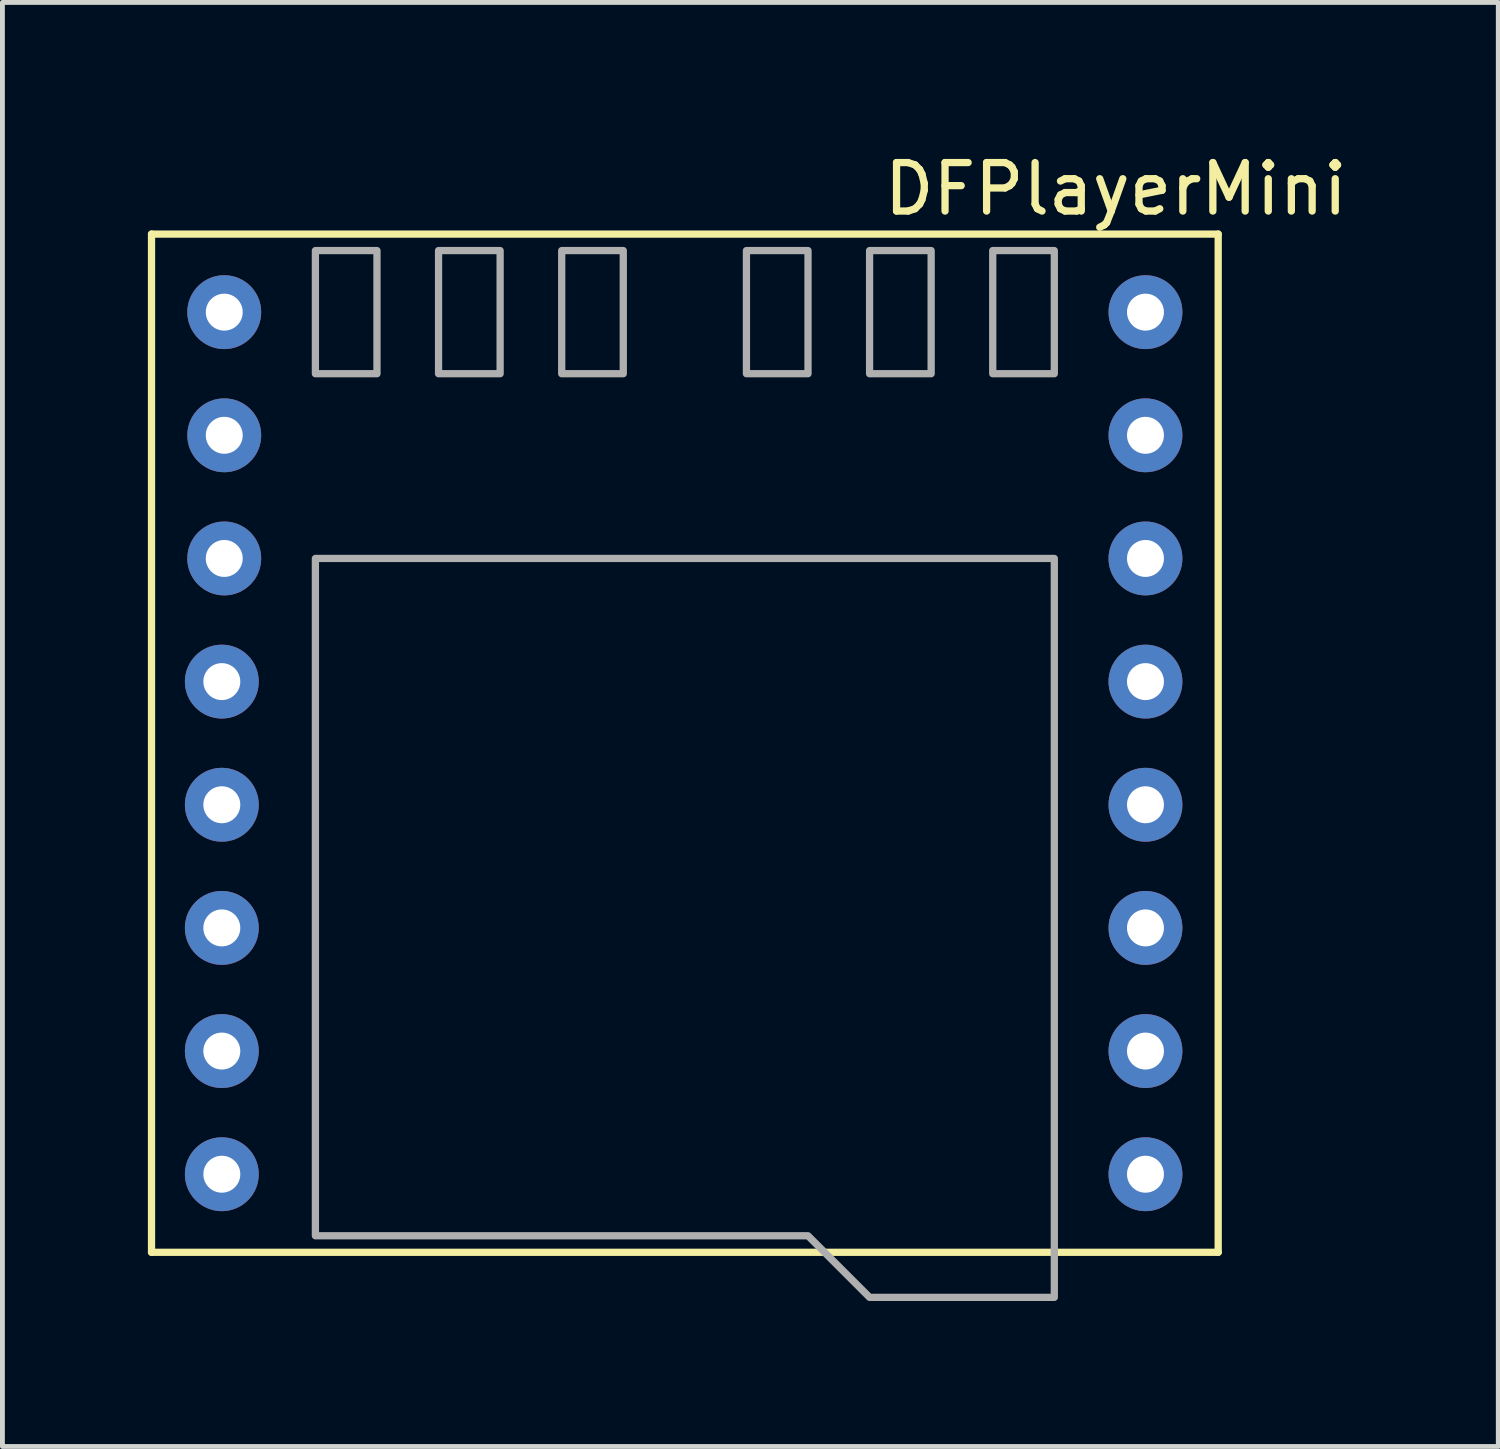
<source format=kicad_pcb>
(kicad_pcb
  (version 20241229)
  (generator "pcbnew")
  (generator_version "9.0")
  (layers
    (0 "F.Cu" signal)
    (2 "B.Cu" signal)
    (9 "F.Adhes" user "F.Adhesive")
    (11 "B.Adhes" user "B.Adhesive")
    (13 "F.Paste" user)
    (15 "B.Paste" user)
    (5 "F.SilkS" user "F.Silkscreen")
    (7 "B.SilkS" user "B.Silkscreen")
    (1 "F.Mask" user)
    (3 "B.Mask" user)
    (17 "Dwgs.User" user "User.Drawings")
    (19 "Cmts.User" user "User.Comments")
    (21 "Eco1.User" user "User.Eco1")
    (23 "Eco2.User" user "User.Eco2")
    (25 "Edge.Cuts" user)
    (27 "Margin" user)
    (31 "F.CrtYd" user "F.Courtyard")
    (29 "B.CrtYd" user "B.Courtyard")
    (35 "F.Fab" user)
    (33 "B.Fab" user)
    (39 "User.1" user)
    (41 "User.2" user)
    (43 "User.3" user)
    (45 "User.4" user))
  (footprint "DFPlayerMini"
    (layer "F.Cu")
    (at 11.075 12.278)
    (property "Reference" "DFPlayerMini" (at 8.89 -11.43 0) (layer "F.SilkS") (effects (font (size 1 1) (thickness 0.15))))
    (attr through_hole)
    (fp_line (start -11 -10.5) (end 11 -10.5) (stroke (width 0.15) (type solid)) (layer "F.SilkS"))
    (fp_line (start -11 10.5) (end -11 -10.5) (stroke (width 0.15) (type solid)) (layer "F.SilkS"))
    (fp_line (start 11 -10.5) (end 11 10.5) (stroke (width 0.15) (type solid)) (layer "F.SilkS"))
    (fp_line (start 11 10.5) (end -11 10.5) (stroke (width 0.15) (type solid)) (layer "F.SilkS"))
    (fp_poly (pts (xy -7.62 -10.16) (xy -7.62 -7.62) (xy -6.35 -7.62) (xy -6.35 -10.16)) (stroke (width 0.15) (type solid)) (fill no) (layer "F.Fab"))
    (fp_poly (pts (xy -5.08 -10.16) (xy -5.08 -7.62) (xy -3.81 -7.62) (xy -3.81 -10.16)) (stroke (width 0.15) (type solid)) (fill no) (layer "F.Fab"))
    (fp_poly (pts (xy -2.54 -10.16) (xy -2.54 -7.62) (xy -1.27 -7.62) (xy -1.27 -10.16)) (stroke (width 0.15) (type solid)) (fill no) (layer "F.Fab"))
    (fp_poly (pts (xy 1.27 -10.16) (xy 1.27 -7.62) (xy 2.54 -7.62) (xy 2.54 -10.16)) (stroke (width 0.15) (type solid)) (fill no) (layer "F.Fab"))
    (fp_poly (pts (xy 3.81 -10.16) (xy 3.81 -7.62) (xy 5.08 -7.62) (xy 5.08 -10.16)) (stroke (width 0.15) (type solid)) (fill no) (layer "F.Fab"))
    (fp_poly (pts (xy 6.35 -10.16) (xy 6.35 -7.62) (xy 7.62 -7.62) (xy 7.62 -10.16)) (stroke (width 0.15) (type solid)) (fill no) (layer "F.Fab"))
    (fp_poly (pts (xy -7.62 -3.81) (xy -7.62 10.16) (xy 2.54 10.16) (xy 3.81 11.43) (xy 7.62 11.43) (xy 7.62 -3.81)) (stroke (width 0.15) (type solid)) (fill no) (layer "F.Fab"))
    (pad "1" thru_hole circle (at -9.5 -8.89) (size 1.524 1.524) (drill 0.762) (layers "*.Cu" "*.Mask"))
    (pad "2" thru_hole circle (at -9.5 -6.35) (size 1.524 1.524) (drill 0.762) (layers "*.Cu" "*.Mask"))
    (pad "3" thru_hole circle (at -9.5 -3.81) (size 1.524 1.524) (drill 0.762) (layers "*.Cu" "*.Mask"))
    (pad "4" thru_hole circle (at -9.55 -1.27) (size 1.524 1.524) (drill 0.762) (layers "*.Cu" "*.Mask"))
    (pad "5" thru_hole circle (at -9.55 1.27) (size 1.524 1.524) (drill 0.762) (layers "*.Cu" "*.Mask"))
    (pad "6" thru_hole circle (at -9.55 3.81) (size 1.524 1.524) (drill 0.762) (layers "*.Cu" "*.Mask"))
    (pad "7" thru_hole circle (at -9.55 6.35) (size 1.524 1.524) (drill 0.762) (layers "*.Cu" "*.Mask"))
    (pad "8" thru_hole circle (at -9.55 8.89) (size 1.524 1.524) (drill 0.762) (layers "*.Cu" "*.Mask"))
    (pad "9" thru_hole circle (at 9.5 8.89) (size 1.524 1.524) (drill 0.762) (layers "*.Cu" "*.Mask"))
    (pad "10" thru_hole circle (at 9.5 6.35) (size 1.524 1.524) (drill 0.762) (layers "*.Cu" "*.Mask"))
    (pad "11" thru_hole circle (at 9.5 3.81) (size 1.524 1.524) (drill 0.762) (layers "*.Cu" "*.Mask"))
    (pad "12" thru_hole circle (at 9.5 1.27) (size 1.524 1.524) (drill 0.762) (layers "*.Cu" "*.Mask"))
    (pad "13" thru_hole circle (at 9.5 -1.27) (size 1.524 1.524) (drill 0.762) (layers "*.Cu" "*.Mask"))
    (pad "14" thru_hole circle (at 9.5 -3.81) (size 1.524 1.524) (drill 0.762) (layers "*.Cu" "*.Mask"))
    (pad "15" thru_hole circle (at 9.5 -6.35) (size 1.524 1.524) (drill 0.762) (layers "*.Cu" "*.Mask"))
    (pad "16" thru_hole circle (at 9.5 -8.89) (size 1.524 1.524) (drill 0.762) (layers "*.Cu" "*.Mask")))
  (gr_rect
    (start -3 -3)
    (end 27.852 26.783)
    (stroke (width 0.1) (type default))
    (fill no)
    (layer "Edge.Cuts")))
</source>
